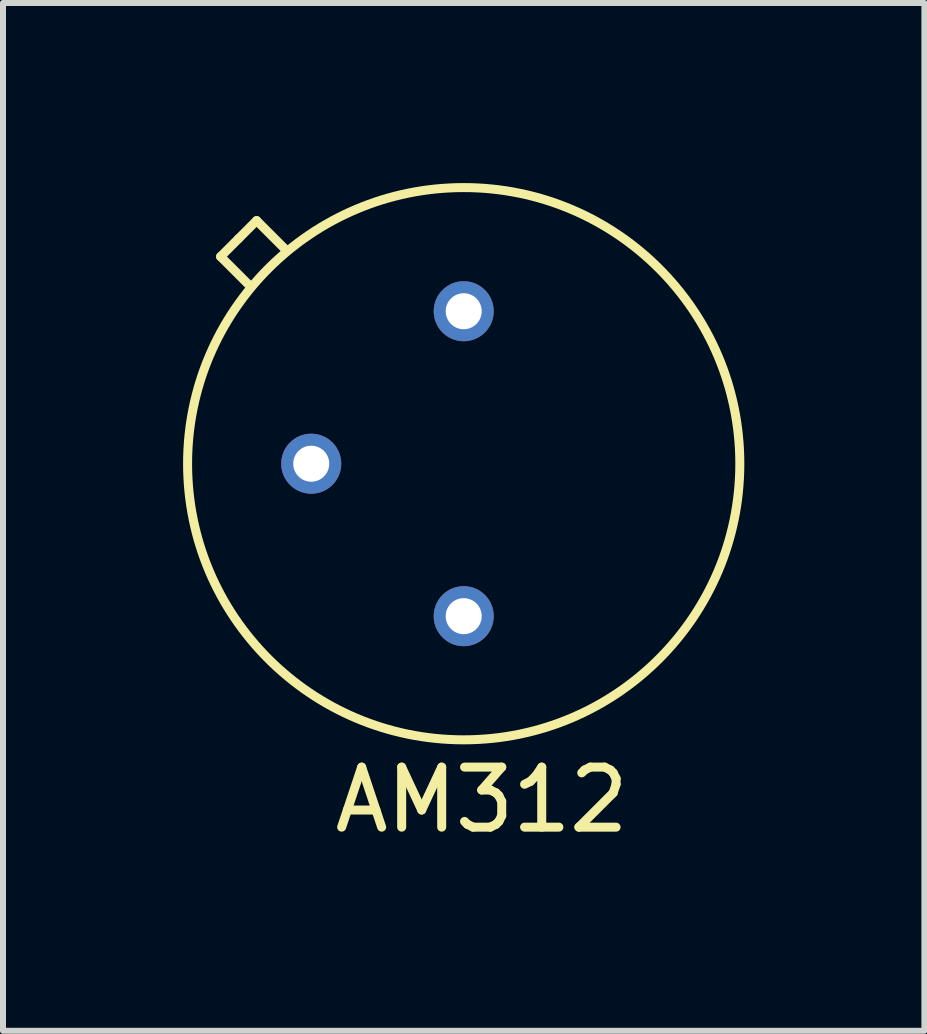
<source format=kicad_pcb>
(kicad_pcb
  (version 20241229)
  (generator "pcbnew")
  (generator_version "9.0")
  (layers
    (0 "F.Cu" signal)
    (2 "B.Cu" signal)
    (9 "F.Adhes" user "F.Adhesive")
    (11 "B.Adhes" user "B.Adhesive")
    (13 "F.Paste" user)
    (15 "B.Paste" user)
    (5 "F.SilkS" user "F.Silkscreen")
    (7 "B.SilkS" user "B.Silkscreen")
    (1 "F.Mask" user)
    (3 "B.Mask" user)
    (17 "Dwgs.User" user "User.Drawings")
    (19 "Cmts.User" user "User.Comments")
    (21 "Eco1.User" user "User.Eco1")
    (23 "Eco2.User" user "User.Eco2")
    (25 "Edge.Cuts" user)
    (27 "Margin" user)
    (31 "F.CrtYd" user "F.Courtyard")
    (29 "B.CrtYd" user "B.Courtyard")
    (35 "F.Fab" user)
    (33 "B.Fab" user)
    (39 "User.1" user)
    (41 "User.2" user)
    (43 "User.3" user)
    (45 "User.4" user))
  (footprint "AM312"
    (layer "F.Cu")
    (at 4.675 4.675)
    (property "Reference" "AM312" (at 0.3 5.6 0) (layer "F.SilkS") (effects (font (size 1 1) (thickness 0.15))))
    (attr through_hole)
    (fp_line (start -4.05 -3.45) (end -3.55 -2.95) (stroke (width 0.15) (type solid)) (layer "F.SilkS"))
    (fp_line (start -3.75 -3.75) (end -4.05 -3.45) (stroke (width 0.15) (type solid)) (layer "F.SilkS"))
    (fp_line (start -3.75 -3.75) (end -3.45 -4.05) (stroke (width 0.15) (type solid)) (layer "F.SilkS"))
    (fp_line (start -3.45 -4.05) (end -2.95 -3.55) (stroke (width 0.15) (type solid)) (layer "F.SilkS"))
    (fp_circle (center 0 0) (end 4.6 0) (stroke (width 0.15) (type solid)) (fill no) (layer "F.SilkS"))
    (pad "1" thru_hole circle (at 0 -2.54) (size 1 1) (drill 0.6) (layers "*.Cu" "*.Mask"))
    (pad "2" thru_hole circle (at -2.54 0) (size 1 1) (drill 0.6) (layers "*.Cu" "*.Mask"))
    (pad "3" thru_hole circle (at 0 2.54) (size 1 1) (drill 0.6) (layers "*.Cu" "*.Mask")))
  (gr_rect
    (start -3 -3)
    (end 12.35 14.123)
    (stroke (width 0.1) (type default))
    (fill no)
    (layer "Edge.Cuts")))
</source>
